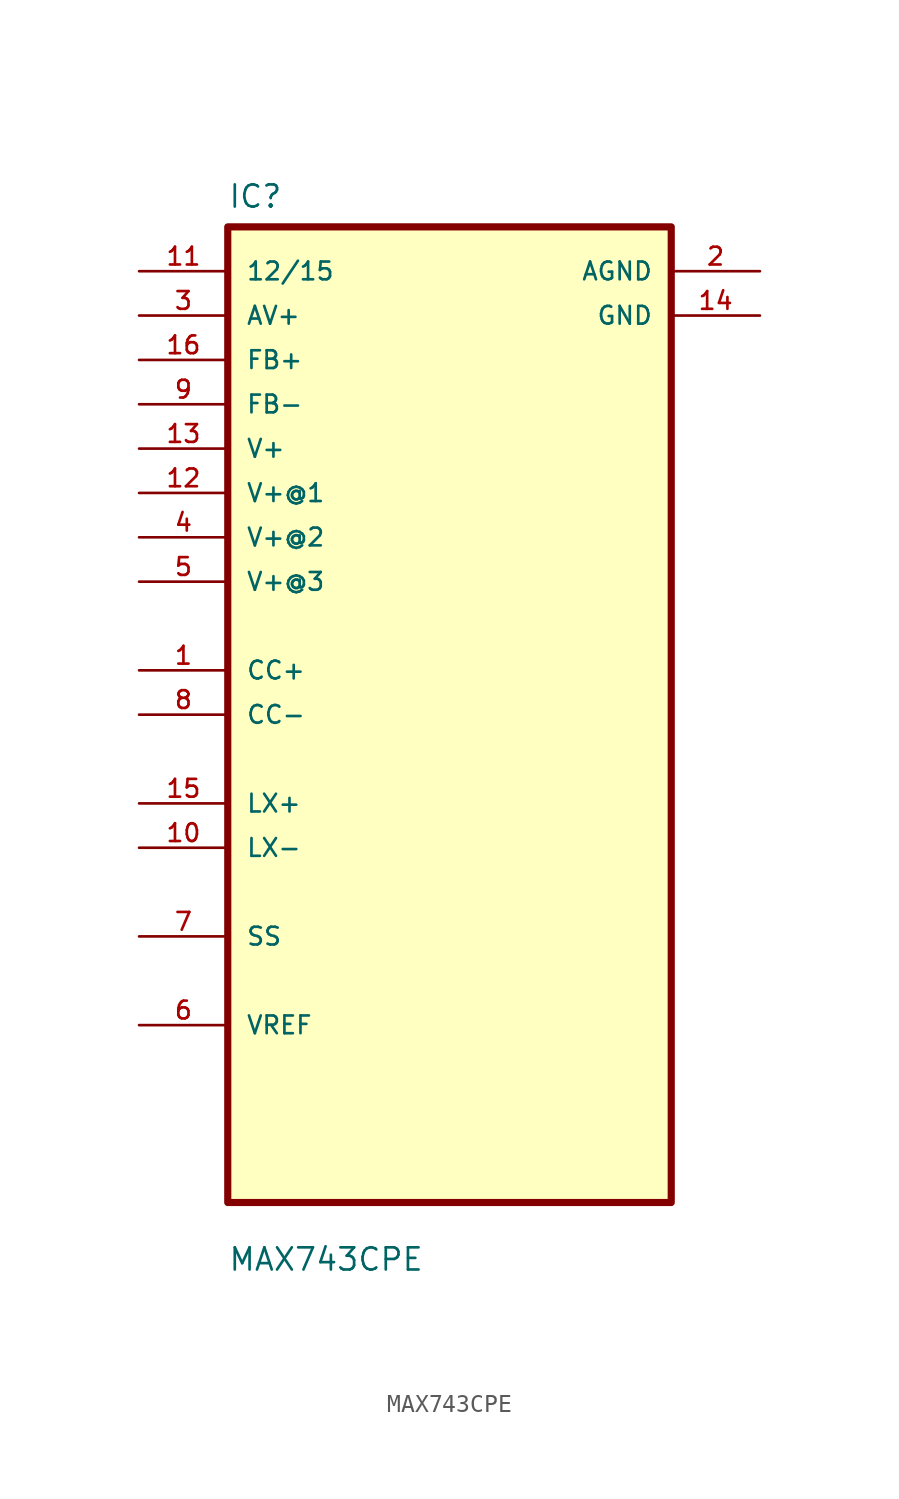
<source format=kicad_sym>
(kicad_symbol_lib
  (version 20211014)
  (generator kicad_symbol_editor)
  (symbol "MAX743CPE"
    (pin_names
      (offset 1.016))
    (property "Reference" "IC"
      (at -12.7 28.94 0.0)
      (effects (font (size 1.27 1.27)) (justify bottom left)))
    (property "Value" "MAX743CPE"
      (at -12.7 -31.94 0.0)
      (effects (font (size 1.27 1.27)) (justify bottom left)))
    (symbol "MAX743CPE_0_0"
      (rectangle (start -12.7 -27.94) (end 12.7 27.94) (stroke (width 0.41)) (fill (type background)))
      (pin input line (at -17.78 25.4 0) (length 5.08) (name "12/15" (effects (font (size 1.016 1.016)))) (number "11" (effects (font (size 1.016 1.016)))))
      (pin input line (at -17.78 22.86 0) (length 5.08) (name "AV+" (effects (font (size 1.016 1.016)))) (number "3" (effects (font (size 1.016 1.016)))))
      (pin input line (at -17.78 20.32 0) (length 5.08) (name "FB+" (effects (font (size 1.016 1.016)))) (number "16" (effects (font (size 1.016 1.016)))))
      (pin input line (at -17.78 17.78 0) (length 5.08) (name "FB-" (effects (font (size 1.016 1.016)))) (number "9" (effects (font (size 1.016 1.016)))))
      (pin input line (at -17.78 15.24 0) (length 5.08) (name "V+" (effects (font (size 1.016 1.016)))) (number "13" (effects (font (size 1.016 1.016)))))
      (pin input line (at -17.78 12.7 0) (length 5.08) (name "V+@1" (effects (font (size 1.016 1.016)))) (number "12" (effects (font (size 1.016 1.016)))))
      (pin input line (at -17.78 10.16 0) (length 5.08) (name "V+@2" (effects (font (size 1.016 1.016)))) (number "4" (effects (font (size 1.016 1.016)))))
      (pin input line (at -17.78 7.62 0) (length 5.08) (name "V+@3" (effects (font (size 1.016 1.016)))) (number "5" (effects (font (size 1.016 1.016)))))
      (pin bidirectional line (at -17.78 2.54 0) (length 5.08) (name "CC+" (effects (font (size 1.016 1.016)))) (number "1" (effects (font (size 1.016 1.016)))))
      (pin bidirectional line (at -17.78 7.10543e-15 0) (length 5.08) (name "CC-" (effects (font (size 1.016 1.016)))) (number "8" (effects (font (size 1.016 1.016)))))
      (pin bidirectional line (at -17.78 -5.08 0) (length 5.08) (name "LX+" (effects (font (size 1.016 1.016)))) (number "15" (effects (font (size 1.016 1.016)))))
      (pin bidirectional line (at -17.78 -7.62 0) (length 5.08) (name "LX-" (effects (font (size 1.016 1.016)))) (number "10" (effects (font (size 1.016 1.016)))))
      (pin bidirectional line (at -17.78 -12.7 0) (length 5.08) (name "SS" (effects (font (size 1.016 1.016)))) (number "7" (effects (font (size 1.016 1.016)))))
      (pin bidirectional line (at -17.78 -17.78 0) (length 5.08) (name "VREF" (effects (font (size 1.016 1.016)))) (number "6" (effects (font (size 1.016 1.016)))))
      (pin power_in line (at 17.78 25.4 180.0) (length 5.08) (name "AGND" (effects (font (size 1.016 1.016)))) (number "2" (effects (font (size 1.016 1.016)))))
      (pin power_in line (at 17.78 22.86 180.0) (length 5.08) (name "GND" (effects (font (size 1.016 1.016)))) (number "14" (effects (font (size 1.016 1.016))))))))
</source>
